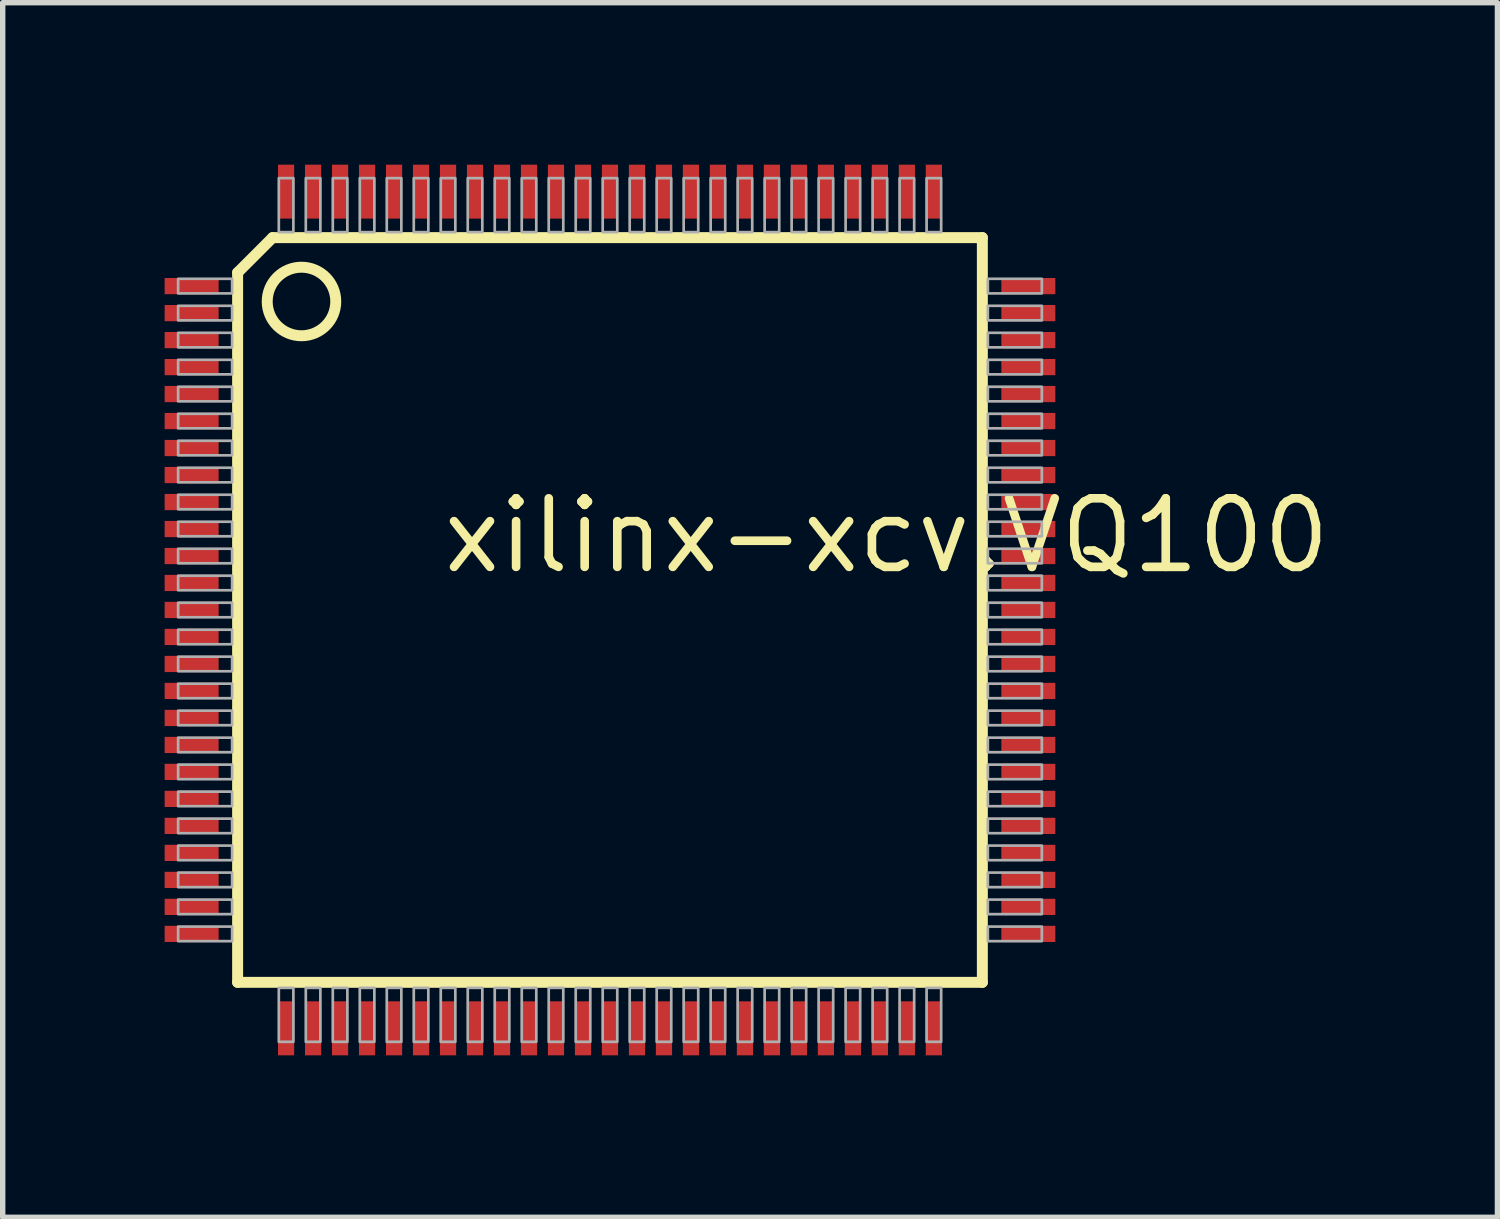
<source format=kicad_pcb>
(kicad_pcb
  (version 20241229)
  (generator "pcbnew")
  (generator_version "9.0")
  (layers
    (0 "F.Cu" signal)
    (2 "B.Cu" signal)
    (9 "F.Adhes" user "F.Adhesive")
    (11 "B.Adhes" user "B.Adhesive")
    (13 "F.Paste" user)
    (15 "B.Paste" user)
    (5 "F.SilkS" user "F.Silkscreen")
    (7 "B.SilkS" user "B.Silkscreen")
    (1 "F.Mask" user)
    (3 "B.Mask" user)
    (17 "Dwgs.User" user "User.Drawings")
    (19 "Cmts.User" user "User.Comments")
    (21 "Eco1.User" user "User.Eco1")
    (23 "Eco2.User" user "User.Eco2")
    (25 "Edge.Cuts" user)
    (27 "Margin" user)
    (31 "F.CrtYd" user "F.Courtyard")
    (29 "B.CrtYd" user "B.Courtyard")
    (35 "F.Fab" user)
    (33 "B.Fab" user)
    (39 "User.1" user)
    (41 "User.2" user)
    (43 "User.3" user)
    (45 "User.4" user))
  (footprint "xilinx-xcv.VQ100"
    (layer "F.Cu")
    (at 8.25 8.25)
    (property "Reference" "xilinx-xcv.VQ100" (at -3.175 -0.635 0) (layer "F.SilkS") (effects (font (size 1.27 1.27) (thickness 0.16)) (justify left bottom)))
    (attr smd)
    (fp_line (start -6.898 -6.25) (end -6.898 6.898) (stroke (width 0.203) (type default)) (layer "F.SilkS"))
    (fp_line (start -6.898 -6.25) (end -6.25 -6.898) (stroke (width 0.203) (type default)) (layer "F.SilkS"))
    (fp_line (start -6.898 6.898) (end 6.898 6.898) (stroke (width 0.203) (type default)) (layer "F.SilkS"))
    (fp_line (start 6.898 -6.898) (end -6.25 -6.898) (stroke (width 0.203) (type default)) (layer "F.SilkS"))
    (fp_line (start 6.898 6.898) (end 6.898 -6.898) (stroke (width 0.203) (type default)) (layer "F.SilkS"))
    (fp_circle (center -5.715 -5.715) (end -5.08 -5.715) (stroke (width 0.203) (type default)) (fill no) (layer "F.SilkS"))
    (fp_rect (start -8 -5.865) (end -7 -6.135) (stroke (width 0.05) (type default)) (fill no) (layer "F.Fab"))
    (fp_rect (start -8 -5.365) (end -7 -5.635) (stroke (width 0.05) (type default)) (fill no) (layer "F.Fab"))
    (fp_rect (start -8 -4.865) (end -7 -5.135) (stroke (width 0.05) (type default)) (fill no) (layer "F.Fab"))
    (fp_rect (start -8 -4.365) (end -7 -4.635) (stroke (width 0.05) (type default)) (fill no) (layer "F.Fab"))
    (fp_rect (start -8 -3.865) (end -7 -4.135) (stroke (width 0.05) (type default)) (fill no) (layer "F.Fab"))
    (fp_rect (start -8 -3.365) (end -7 -3.635) (stroke (width 0.05) (type default)) (fill no) (layer "F.Fab"))
    (fp_rect (start -8 -2.865) (end -7 -3.135) (stroke (width 0.05) (type default)) (fill no) (layer "F.Fab"))
    (fp_rect (start -8 -2.365) (end -7 -2.635) (stroke (width 0.05) (type default)) (fill no) (layer "F.Fab"))
    (fp_rect (start -8 -1.865) (end -7 -2.135) (stroke (width 0.05) (type default)) (fill no) (layer "F.Fab"))
    (fp_rect (start -8 -1.365) (end -7 -1.635) (stroke (width 0.05) (type default)) (fill no) (layer "F.Fab"))
    (fp_rect (start -8 -0.865) (end -7 -1.135) (stroke (width 0.05) (type default)) (fill no) (layer "F.Fab"))
    (fp_rect (start -8 -0.365) (end -7 -0.635) (stroke (width 0.05) (type default)) (fill no) (layer "F.Fab"))
    (fp_rect (start -8 0.135) (end -7 -0.135) (stroke (width 0.05) (type default)) (fill no) (layer "F.Fab"))
    (fp_rect (start -8 0.635) (end -7 0.365) (stroke (width 0.05) (type default)) (fill no) (layer "F.Fab"))
    (fp_rect (start -8 1.135) (end -7 0.865) (stroke (width 0.05) (type default)) (fill no) (layer "F.Fab"))
    (fp_rect (start -8 1.635) (end -7 1.365) (stroke (width 0.05) (type default)) (fill no) (layer "F.Fab"))
    (fp_rect (start -8 2.135) (end -7 1.865) (stroke (width 0.05) (type default)) (fill no) (layer "F.Fab"))
    (fp_rect (start -8 2.635) (end -7 2.365) (stroke (width 0.05) (type default)) (fill no) (layer "F.Fab"))
    (fp_rect (start -8 3.135) (end -7 2.865) (stroke (width 0.05) (type default)) (fill no) (layer "F.Fab"))
    (fp_rect (start -8 3.635) (end -7 3.365) (stroke (width 0.05) (type default)) (fill no) (layer "F.Fab"))
    (fp_rect (start -8 4.135) (end -7 3.865) (stroke (width 0.05) (type default)) (fill no) (layer "F.Fab"))
    (fp_rect (start -8 4.635) (end -7 4.365) (stroke (width 0.05) (type default)) (fill no) (layer "F.Fab"))
    (fp_rect (start -8 5.135) (end -7 4.865) (stroke (width 0.05) (type default)) (fill no) (layer "F.Fab"))
    (fp_rect (start -8 5.635) (end -7 5.365) (stroke (width 0.05) (type default)) (fill no) (layer "F.Fab"))
    (fp_rect (start -8 6.135) (end -7 5.865) (stroke (width 0.05) (type default)) (fill no) (layer "F.Fab"))
    (fp_rect (start -6.135 -7) (end -5.865 -8) (stroke (width 0.05) (type default)) (fill no) (layer "F.Fab"))
    (fp_rect (start -6.135 8) (end -5.865 7) (stroke (width 0.05) (type default)) (fill no) (layer "F.Fab"))
    (fp_rect (start -5.635 -7) (end -5.365 -8) (stroke (width 0.05) (type default)) (fill no) (layer "F.Fab"))
    (fp_rect (start -5.635 8) (end -5.365 7) (stroke (width 0.05) (type default)) (fill no) (layer "F.Fab"))
    (fp_rect (start -5.135 -7) (end -4.865 -8) (stroke (width 0.05) (type default)) (fill no) (layer "F.Fab"))
    (fp_rect (start -5.135 8) (end -4.865 7) (stroke (width 0.05) (type default)) (fill no) (layer "F.Fab"))
    (fp_rect (start -4.635 -7) (end -4.365 -8) (stroke (width 0.05) (type default)) (fill no) (layer "F.Fab"))
    (fp_rect (start -4.635 8) (end -4.365 7) (stroke (width 0.05) (type default)) (fill no) (layer "F.Fab"))
    (fp_rect (start -4.135 -7) (end -3.865 -8) (stroke (width 0.05) (type default)) (fill no) (layer "F.Fab"))
    (fp_rect (start -4.135 8) (end -3.865 7) (stroke (width 0.05) (type default)) (fill no) (layer "F.Fab"))
    (fp_rect (start -3.635 -7) (end -3.365 -8) (stroke (width 0.05) (type default)) (fill no) (layer "F.Fab"))
    (fp_rect (start -3.635 8) (end -3.365 7) (stroke (width 0.05) (type default)) (fill no) (layer "F.Fab"))
    (fp_rect (start -3.135 -7) (end -2.865 -8) (stroke (width 0.05) (type default)) (fill no) (layer "F.Fab"))
    (fp_rect (start -3.135 8) (end -2.865 7) (stroke (width 0.05) (type default)) (fill no) (layer "F.Fab"))
    (fp_rect (start -2.635 -7) (end -2.365 -8) (stroke (width 0.05) (type default)) (fill no) (layer "F.Fab"))
    (fp_rect (start -2.635 8) (end -2.365 7) (stroke (width 0.05) (type default)) (fill no) (layer "F.Fab"))
    (fp_rect (start -2.135 -7) (end -1.865 -8) (stroke (width 0.05) (type default)) (fill no) (layer "F.Fab"))
    (fp_rect (start -2.135 8) (end -1.865 7) (stroke (width 0.05) (type default)) (fill no) (layer "F.Fab"))
    (fp_rect (start -1.635 -7) (end -1.365 -8) (stroke (width 0.05) (type default)) (fill no) (layer "F.Fab"))
    (fp_rect (start -1.635 8) (end -1.365 7) (stroke (width 0.05) (type default)) (fill no) (layer "F.Fab"))
    (fp_rect (start -1.135 -7) (end -0.865 -8) (stroke (width 0.05) (type default)) (fill no) (layer "F.Fab"))
    (fp_rect (start -1.135 8) (end -0.865 7) (stroke (width 0.05) (type default)) (fill no) (layer "F.Fab"))
    (fp_rect (start -0.635 -7) (end -0.365 -8) (stroke (width 0.05) (type default)) (fill no) (layer "F.Fab"))
    (fp_rect (start -0.635 8) (end -0.365 7) (stroke (width 0.05) (type default)) (fill no) (layer "F.Fab"))
    (fp_rect (start -0.135 -7) (end 0.135 -8) (stroke (width 0.05) (type default)) (fill no) (layer "F.Fab"))
    (fp_rect (start -0.135 8) (end 0.135 7) (stroke (width 0.05) (type default)) (fill no) (layer "F.Fab"))
    (fp_rect (start 0.365 -7) (end 0.635 -8) (stroke (width 0.05) (type default)) (fill no) (layer "F.Fab"))
    (fp_rect (start 0.365 8) (end 0.635 7) (stroke (width 0.05) (type default)) (fill no) (layer "F.Fab"))
    (fp_rect (start 0.865 -7) (end 1.135 -8) (stroke (width 0.05) (type default)) (fill no) (layer "F.Fab"))
    (fp_rect (start 0.865 8) (end 1.135 7) (stroke (width 0.05) (type default)) (fill no) (layer "F.Fab"))
    (fp_rect (start 1.365 -7) (end 1.635 -8) (stroke (width 0.05) (type default)) (fill no) (layer "F.Fab"))
    (fp_rect (start 1.365 8) (end 1.635 7) (stroke (width 0.05) (type default)) (fill no) (layer "F.Fab"))
    (fp_rect (start 1.865 -7) (end 2.135 -8) (stroke (width 0.05) (type default)) (fill no) (layer "F.Fab"))
    (fp_rect (start 1.865 8) (end 2.135 7) (stroke (width 0.05) (type default)) (fill no) (layer "F.Fab"))
    (fp_rect (start 2.365 -7) (end 2.635 -8) (stroke (width 0.05) (type default)) (fill no) (layer "F.Fab"))
    (fp_rect (start 2.365 8) (end 2.635 7) (stroke (width 0.05) (type default)) (fill no) (layer "F.Fab"))
    (fp_rect (start 2.865 -7) (end 3.135 -8) (stroke (width 0.05) (type default)) (fill no) (layer "F.Fab"))
    (fp_rect (start 2.865 8) (end 3.135 7) (stroke (width 0.05) (type default)) (fill no) (layer "F.Fab"))
    (fp_rect (start 3.365 -7) (end 3.635 -8) (stroke (width 0.05) (type default)) (fill no) (layer "F.Fab"))
    (fp_rect (start 3.365 8) (end 3.635 7) (stroke (width 0.05) (type default)) (fill no) (layer "F.Fab"))
    (fp_rect (start 3.865 -7) (end 4.135 -8) (stroke (width 0.05) (type default)) (fill no) (layer "F.Fab"))
    (fp_rect (start 3.865 8) (end 4.135 7) (stroke (width 0.05) (type default)) (fill no) (layer "F.Fab"))
    (fp_rect (start 4.365 -7) (end 4.635 -8) (stroke (width 0.05) (type default)) (fill no) (layer "F.Fab"))
    (fp_rect (start 4.365 8) (end 4.635 7) (stroke (width 0.05) (type default)) (fill no) (layer "F.Fab"))
    (fp_rect (start 4.865 -7) (end 5.135 -8) (stroke (width 0.05) (type default)) (fill no) (layer "F.Fab"))
    (fp_rect (start 4.865 8) (end 5.135 7) (stroke (width 0.05) (type default)) (fill no) (layer "F.Fab"))
    (fp_rect (start 5.365 -7) (end 5.635 -8) (stroke (width 0.05) (type default)) (fill no) (layer "F.Fab"))
    (fp_rect (start 5.365 8) (end 5.635 7) (stroke (width 0.05) (type default)) (fill no) (layer "F.Fab"))
    (fp_rect (start 5.865 -7) (end 6.135 -8) (stroke (width 0.05) (type default)) (fill no) (layer "F.Fab"))
    (fp_rect (start 5.865 8) (end 6.135 7) (stroke (width 0.05) (type default)) (fill no) (layer "F.Fab"))
    (fp_rect (start 7 -5.865) (end 8 -6.135) (stroke (width 0.05) (type default)) (fill no) (layer "F.Fab"))
    (fp_rect (start 7 -5.365) (end 8 -5.635) (stroke (width 0.05) (type default)) (fill no) (layer "F.Fab"))
    (fp_rect (start 7 -4.865) (end 8 -5.135) (stroke (width 0.05) (type default)) (fill no) (layer "F.Fab"))
    (fp_rect (start 7 -4.365) (end 8 -4.635) (stroke (width 0.05) (type default)) (fill no) (layer "F.Fab"))
    (fp_rect (start 7 -3.865) (end 8 -4.135) (stroke (width 0.05) (type default)) (fill no) (layer "F.Fab"))
    (fp_rect (start 7 -3.365) (end 8 -3.635) (stroke (width 0.05) (type default)) (fill no) (layer "F.Fab"))
    (fp_rect (start 7 -2.865) (end 8 -3.135) (stroke (width 0.05) (type default)) (fill no) (layer "F.Fab"))
    (fp_rect (start 7 -2.365) (end 8 -2.635) (stroke (width 0.05) (type default)) (fill no) (layer "F.Fab"))
    (fp_rect (start 7 -1.865) (end 8 -2.135) (stroke (width 0.05) (type default)) (fill no) (layer "F.Fab"))
    (fp_rect (start 7 -1.365) (end 8 -1.635) (stroke (width 0.05) (type default)) (fill no) (layer "F.Fab"))
    (fp_rect (start 7 -0.865) (end 8 -1.135) (stroke (width 0.05) (type default)) (fill no) (layer "F.Fab"))
    (fp_rect (start 7 -0.365) (end 8 -0.635) (stroke (width 0.05) (type default)) (fill no) (layer "F.Fab"))
    (fp_rect (start 7 0.135) (end 8 -0.135) (stroke (width 0.05) (type default)) (fill no) (layer "F.Fab"))
    (fp_rect (start 7 0.635) (end 8 0.365) (stroke (width 0.05) (type default)) (fill no) (layer "F.Fab"))
    (fp_rect (start 7 1.135) (end 8 0.865) (stroke (width 0.05) (type default)) (fill no) (layer "F.Fab"))
    (fp_rect (start 7 1.635) (end 8 1.365) (stroke (width 0.05) (type default)) (fill no) (layer "F.Fab"))
    (fp_rect (start 7 2.135) (end 8 1.865) (stroke (width 0.05) (type default)) (fill no) (layer "F.Fab"))
    (fp_rect (start 7 2.635) (end 8 2.365) (stroke (width 0.05) (type default)) (fill no) (layer "F.Fab"))
    (fp_rect (start 7 3.135) (end 8 2.865) (stroke (width 0.05) (type default)) (fill no) (layer "F.Fab"))
    (fp_rect (start 7 3.635) (end 8 3.365) (stroke (width 0.05) (type default)) (fill no) (layer "F.Fab"))
    (fp_rect (start 7 4.135) (end 8 3.865) (stroke (width 0.05) (type default)) (fill no) (layer "F.Fab"))
    (fp_rect (start 7 4.635) (end 8 4.365) (stroke (width 0.05) (type default)) (fill no) (layer "F.Fab"))
    (fp_rect (start 7 5.135) (end 8 4.865) (stroke (width 0.05) (type default)) (fill no) (layer "F.Fab"))
    (fp_rect (start 7 5.635) (end 8 5.365) (stroke (width 0.05) (type default)) (fill no) (layer "F.Fab"))
    (fp_rect (start 7 6.135) (end 8 5.865) (stroke (width 0.05) (type default)) (fill no) (layer "F.Fab"))
    (pad "1" smd roundrect (at -7.75 -6) (size 1 0.3) (layers "F.Cu" "F.Mask" "F.Paste") (roundrect_rratio 0.01))
    (pad "2" smd roundrect (at -7.75 -5.5) (size 1 0.3) (layers "F.Cu" "F.Mask" "F.Paste") (roundrect_rratio 0.01))
    (pad "3" smd roundrect (at -7.75 -5) (size 1 0.3) (layers "F.Cu" "F.Mask" "F.Paste") (roundrect_rratio 0.01))
    (pad "4" smd roundrect (at -7.75 -4.5) (size 1 0.3) (layers "F.Cu" "F.Mask" "F.Paste") (roundrect_rratio 0.01))
    (pad "5" smd roundrect (at -7.75 -4) (size 1 0.3) (layers "F.Cu" "F.Mask" "F.Paste") (roundrect_rratio 0.01))
    (pad "6" smd roundrect (at -7.75 -3.5) (size 1 0.3) (layers "F.Cu" "F.Mask" "F.Paste") (roundrect_rratio 0.01))
    (pad "7" smd roundrect (at -7.75 -3) (size 1 0.3) (layers "F.Cu" "F.Mask" "F.Paste") (roundrect_rratio 0.01))
    (pad "8" smd roundrect (at -7.75 -2.5) (size 1 0.3) (layers "F.Cu" "F.Mask" "F.Paste") (roundrect_rratio 0.01))
    (pad "9" smd roundrect (at -7.75 -2) (size 1 0.3) (layers "F.Cu" "F.Mask" "F.Paste") (roundrect_rratio 0.01))
    (pad "10" smd roundrect (at -7.75 -1.5) (size 1 0.3) (layers "F.Cu" "F.Mask" "F.Paste") (roundrect_rratio 0.01))
    (pad "11" smd roundrect (at -7.75 -1) (size 1 0.3) (layers "F.Cu" "F.Mask" "F.Paste") (roundrect_rratio 0.01))
    (pad "12" smd roundrect (at -7.75 -0.5) (size 1 0.3) (layers "F.Cu" "F.Mask" "F.Paste") (roundrect_rratio 0.01))
    (pad "13" smd roundrect (at -7.75 0) (size 1 0.3) (layers "F.Cu" "F.Mask" "F.Paste") (roundrect_rratio 0.01))
    (pad "14" smd roundrect (at -7.75 0.5) (size 1 0.3) (layers "F.Cu" "F.Mask" "F.Paste") (roundrect_rratio 0.01))
    (pad "15" smd roundrect (at -7.75 1) (size 1 0.3) (layers "F.Cu" "F.Mask" "F.Paste") (roundrect_rratio 0.01))
    (pad "16" smd roundrect (at -7.75 1.5) (size 1 0.3) (layers "F.Cu" "F.Mask" "F.Paste") (roundrect_rratio 0.01))
    (pad "17" smd roundrect (at -7.75 2) (size 1 0.3) (layers "F.Cu" "F.Mask" "F.Paste") (roundrect_rratio 0.01))
    (pad "18" smd roundrect (at -7.75 2.5) (size 1 0.3) (layers "F.Cu" "F.Mask" "F.Paste") (roundrect_rratio 0.01))
    (pad "19" smd roundrect (at -7.75 3) (size 1 0.3) (layers "F.Cu" "F.Mask" "F.Paste") (roundrect_rratio 0.01))
    (pad "20" smd roundrect (at -7.75 3.5) (size 1 0.3) (layers "F.Cu" "F.Mask" "F.Paste") (roundrect_rratio 0.01))
    (pad "21" smd roundrect (at -7.75 4) (size 1 0.3) (layers "F.Cu" "F.Mask" "F.Paste") (roundrect_rratio 0.01))
    (pad "22" smd roundrect (at -7.75 4.5) (size 1 0.3) (layers "F.Cu" "F.Mask" "F.Paste") (roundrect_rratio 0.01))
    (pad "23" smd roundrect (at -7.75 5) (size 1 0.3) (layers "F.Cu" "F.Mask" "F.Paste") (roundrect_rratio 0.01))
    (pad "24" smd roundrect (at -7.75 5.5) (size 1 0.3) (layers "F.Cu" "F.Mask" "F.Paste") (roundrect_rratio 0.01))
    (pad "25" smd roundrect (at -7.75 6) (size 1 0.3) (layers "F.Cu" "F.Mask" "F.Paste") (roundrect_rratio 0.01))
    (pad "26" smd roundrect (at -6 7.75) (size 0.3 1) (layers "F.Cu" "F.Mask" "F.Paste") (roundrect_rratio 0.01))
    (pad "27" smd roundrect (at -5.5 7.75) (size 0.3 1) (layers "F.Cu" "F.Mask" "F.Paste") (roundrect_rratio 0.01))
    (pad "28" smd roundrect (at -5 7.75) (size 0.3 1) (layers "F.Cu" "F.Mask" "F.Paste") (roundrect_rratio 0.01))
    (pad "29" smd roundrect (at -4.5 7.75) (size 0.3 1) (layers "F.Cu" "F.Mask" "F.Paste") (roundrect_rratio 0.01))
    (pad "30" smd roundrect (at -4 7.75) (size 0.3 1) (layers "F.Cu" "F.Mask" "F.Paste") (roundrect_rratio 0.01))
    (pad "31" smd roundrect (at -3.5 7.75) (size 0.3 1) (layers "F.Cu" "F.Mask" "F.Paste") (roundrect_rratio 0.01))
    (pad "32" smd roundrect (at -3 7.75) (size 0.3 1) (layers "F.Cu" "F.Mask" "F.Paste") (roundrect_rratio 0.01))
    (pad "33" smd roundrect (at -2.5 7.75) (size 0.3 1) (layers "F.Cu" "F.Mask" "F.Paste") (roundrect_rratio 0.01))
    (pad "34" smd roundrect (at -2 7.75) (size 0.3 1) (layers "F.Cu" "F.Mask" "F.Paste") (roundrect_rratio 0.01))
    (pad "35" smd roundrect (at -1.5 7.75) (size 0.3 1) (layers "F.Cu" "F.Mask" "F.Paste") (roundrect_rratio 0.01))
    (pad "36" smd roundrect (at -1 7.75) (size 0.3 1) (layers "F.Cu" "F.Mask" "F.Paste") (roundrect_rratio 0.01))
    (pad "37" smd roundrect (at -0.5 7.75) (size 0.3 1) (layers "F.Cu" "F.Mask" "F.Paste") (roundrect_rratio 0.01))
    (pad "38" smd roundrect (at 0 7.75) (size 0.3 1) (layers "F.Cu" "F.Mask" "F.Paste") (roundrect_rratio 0.01))
    (pad "39" smd roundrect (at 0.5 7.75) (size 0.3 1) (layers "F.Cu" "F.Mask" "F.Paste") (roundrect_rratio 0.01))
    (pad "40" smd roundrect (at 1 7.75) (size 0.3 1) (layers "F.Cu" "F.Mask" "F.Paste") (roundrect_rratio 0.01))
    (pad "41" smd roundrect (at 1.5 7.75) (size 0.3 1) (layers "F.Cu" "F.Mask" "F.Paste") (roundrect_rratio 0.01))
    (pad "42" smd roundrect (at 2 7.75) (size 0.3 1) (layers "F.Cu" "F.Mask" "F.Paste") (roundrect_rratio 0.01))
    (pad "43" smd roundrect (at 2.5 7.75) (size 0.3 1) (layers "F.Cu" "F.Mask" "F.Paste") (roundrect_rratio 0.01))
    (pad "44" smd roundrect (at 3 7.75) (size 0.3 1) (layers "F.Cu" "F.Mask" "F.Paste") (roundrect_rratio 0.01))
    (pad "45" smd roundrect (at 3.5 7.75) (size 0.3 1) (layers "F.Cu" "F.Mask" "F.Paste") (roundrect_rratio 0.01))
    (pad "46" smd roundrect (at 4 7.75) (size 0.3 1) (layers "F.Cu" "F.Mask" "F.Paste") (roundrect_rratio 0.01))
    (pad "47" smd roundrect (at 4.5 7.75) (size 0.3 1) (layers "F.Cu" "F.Mask" "F.Paste") (roundrect_rratio 0.01))
    (pad "48" smd roundrect (at 5 7.75) (size 0.3 1) (layers "F.Cu" "F.Mask" "F.Paste") (roundrect_rratio 0.01))
    (pad "49" smd roundrect (at 5.5 7.75) (size 0.3 1) (layers "F.Cu" "F.Mask" "F.Paste") (roundrect_rratio 0.01))
    (pad "50" smd roundrect (at 6 7.75) (size 0.3 1) (layers "F.Cu" "F.Mask" "F.Paste") (roundrect_rratio 0.01))
    (pad "51" smd roundrect (at 7.75 6) (size 1 0.3) (layers "F.Cu" "F.Mask" "F.Paste") (roundrect_rratio 0.01))
    (pad "52" smd roundrect (at 7.75 5.5) (size 1 0.3) (layers "F.Cu" "F.Mask" "F.Paste") (roundrect_rratio 0.01))
    (pad "53" smd roundrect (at 7.75 5) (size 1 0.3) (layers "F.Cu" "F.Mask" "F.Paste") (roundrect_rratio 0.01))
    (pad "54" smd roundrect (at 7.75 4.5) (size 1 0.3) (layers "F.Cu" "F.Mask" "F.Paste") (roundrect_rratio 0.01))
    (pad "55" smd roundrect (at 7.75 4) (size 1 0.3) (layers "F.Cu" "F.Mask" "F.Paste") (roundrect_rratio 0.01))
    (pad "56" smd roundrect (at 7.75 3.5) (size 1 0.3) (layers "F.Cu" "F.Mask" "F.Paste") (roundrect_rratio 0.01))
    (pad "57" smd roundrect (at 7.75 3) (size 1 0.3) (layers "F.Cu" "F.Mask" "F.Paste") (roundrect_rratio 0.01))
    (pad "58" smd roundrect (at 7.75 2.5) (size 1 0.3) (layers "F.Cu" "F.Mask" "F.Paste") (roundrect_rratio 0.01))
    (pad "59" smd roundrect (at 7.75 2) (size 1 0.3) (layers "F.Cu" "F.Mask" "F.Paste") (roundrect_rratio 0.01))
    (pad "60" smd roundrect (at 7.75 1.5) (size 1 0.3) (layers "F.Cu" "F.Mask" "F.Paste") (roundrect_rratio 0.01))
    (pad "61" smd roundrect (at 7.75 1) (size 1 0.3) (layers "F.Cu" "F.Mask" "F.Paste") (roundrect_rratio 0.01))
    (pad "62" smd roundrect (at 7.75 0.5) (size 1 0.3) (layers "F.Cu" "F.Mask" "F.Paste") (roundrect_rratio 0.01))
    (pad "63" smd roundrect (at 7.75 0) (size 1 0.3) (layers "F.Cu" "F.Mask" "F.Paste") (roundrect_rratio 0.01))
    (pad "64" smd roundrect (at 7.75 -0.5) (size 1 0.3) (layers "F.Cu" "F.Mask" "F.Paste") (roundrect_rratio 0.01))
    (pad "65" smd roundrect (at 7.75 -1) (size 1 0.3) (layers "F.Cu" "F.Mask" "F.Paste") (roundrect_rratio 0.01))
    (pad "66" smd roundrect (at 7.75 -1.5) (size 1 0.3) (layers "F.Cu" "F.Mask" "F.Paste") (roundrect_rratio 0.01))
    (pad "67" smd roundrect (at 7.75 -2) (size 1 0.3) (layers "F.Cu" "F.Mask" "F.Paste") (roundrect_rratio 0.01))
    (pad "68" smd roundrect (at 7.75 -2.5) (size 1 0.3) (layers "F.Cu" "F.Mask" "F.Paste") (roundrect_rratio 0.01))
    (pad "69" smd roundrect (at 7.75 -3) (size 1 0.3) (layers "F.Cu" "F.Mask" "F.Paste") (roundrect_rratio 0.01))
    (pad "70" smd roundrect (at 7.75 -3.5) (size 1 0.3) (layers "F.Cu" "F.Mask" "F.Paste") (roundrect_rratio 0.01))
    (pad "71" smd roundrect (at 7.75 -4) (size 1 0.3) (layers "F.Cu" "F.Mask" "F.Paste") (roundrect_rratio 0.01))
    (pad "72" smd roundrect (at 7.75 -4.5) (size 1 0.3) (layers "F.Cu" "F.Mask" "F.Paste") (roundrect_rratio 0.01))
    (pad "73" smd roundrect (at 7.75 -5) (size 1 0.3) (layers "F.Cu" "F.Mask" "F.Paste") (roundrect_rratio 0.01))
    (pad "74" smd roundrect (at 7.75 -5.5) (size 1 0.3) (layers "F.Cu" "F.Mask" "F.Paste") (roundrect_rratio 0.01))
    (pad "75" smd roundrect (at 7.75 -6) (size 1 0.3) (layers "F.Cu" "F.Mask" "F.Paste") (roundrect_rratio 0.01))
    (pad "76" smd roundrect (at 6 -7.75) (size 0.3 1) (layers "F.Cu" "F.Mask" "F.Paste") (roundrect_rratio 0.01))
    (pad "77" smd roundrect (at 5.5 -7.75) (size 0.3 1) (layers "F.Cu" "F.Mask" "F.Paste") (roundrect_rratio 0.01))
    (pad "78" smd roundrect (at 5 -7.75) (size 0.3 1) (layers "F.Cu" "F.Mask" "F.Paste") (roundrect_rratio 0.01))
    (pad "79" smd roundrect (at 4.5 -7.75) (size 0.3 1) (layers "F.Cu" "F.Mask" "F.Paste") (roundrect_rratio 0.01))
    (pad "80" smd roundrect (at 4 -7.75) (size 0.3 1) (layers "F.Cu" "F.Mask" "F.Paste") (roundrect_rratio 0.01))
    (pad "81" smd roundrect (at 3.5 -7.75) (size 0.3 1) (layers "F.Cu" "F.Mask" "F.Paste") (roundrect_rratio 0.01))
    (pad "82" smd roundrect (at 3 -7.75) (size 0.3 1) (layers "F.Cu" "F.Mask" "F.Paste") (roundrect_rratio 0.01))
    (pad "83" smd roundrect (at 2.5 -7.75) (size 0.3 1) (layers "F.Cu" "F.Mask" "F.Paste") (roundrect_rratio 0.01))
    (pad "84" smd roundrect (at 2 -7.75) (size 0.3 1) (layers "F.Cu" "F.Mask" "F.Paste") (roundrect_rratio 0.01))
    (pad "85" smd roundrect (at 1.5 -7.75) (size 0.3 1) (layers "F.Cu" "F.Mask" "F.Paste") (roundrect_rratio 0.01))
    (pad "86" smd roundrect (at 1 -7.75) (size 0.3 1) (layers "F.Cu" "F.Mask" "F.Paste") (roundrect_rratio 0.01))
    (pad "87" smd roundrect (at 0.5 -7.75) (size 0.3 1) (layers "F.Cu" "F.Mask" "F.Paste") (roundrect_rratio 0.01))
    (pad "88" smd roundrect (at 0 -7.75) (size 0.3 1) (layers "F.Cu" "F.Mask" "F.Paste") (roundrect_rratio 0.01))
    (pad "89" smd roundrect (at -0.5 -7.75) (size 0.3 1) (layers "F.Cu" "F.Mask" "F.Paste") (roundrect_rratio 0.01))
    (pad "90" smd roundrect (at -1 -7.75) (size 0.3 1) (layers "F.Cu" "F.Mask" "F.Paste") (roundrect_rratio 0.01))
    (pad "91" smd roundrect (at -1.5 -7.75) (size 0.3 1) (layers "F.Cu" "F.Mask" "F.Paste") (roundrect_rratio 0.01))
    (pad "92" smd roundrect (at -2 -7.75) (size 0.3 1) (layers "F.Cu" "F.Mask" "F.Paste") (roundrect_rratio 0.01))
    (pad "93" smd roundrect (at -2.5 -7.75) (size 0.3 1) (layers "F.Cu" "F.Mask" "F.Paste") (roundrect_rratio 0.01))
    (pad "94" smd roundrect (at -3 -7.75) (size 0.3 1) (layers "F.Cu" "F.Mask" "F.Paste") (roundrect_rratio 0.01))
    (pad "95" smd roundrect (at -3.5 -7.75) (size 0.3 1) (layers "F.Cu" "F.Mask" "F.Paste") (roundrect_rratio 0.01))
    (pad "96" smd roundrect (at -4 -7.75) (size 0.3 1) (layers "F.Cu" "F.Mask" "F.Paste") (roundrect_rratio 0.01))
    (pad "97" smd roundrect (at -4.5 -7.75) (size 0.3 1) (layers "F.Cu" "F.Mask" "F.Paste") (roundrect_rratio 0.01))
    (pad "98" smd roundrect (at -5 -7.75) (size 0.3 1) (layers "F.Cu" "F.Mask" "F.Paste") (roundrect_rratio 0.01))
    (pad "99" smd roundrect (at -5.5 -7.75) (size 0.3 1) (layers "F.Cu" "F.Mask" "F.Paste") (roundrect_rratio 0.01))
    (pad "100" smd roundrect (at -6 -7.75) (size 0.3 1) (layers "F.Cu" "F.Mask" "F.Paste") (roundrect_rratio 0.01)))
  (gr_rect
    (start -3 -3)
    (end 24.69 19.5)
    (stroke (width 0.1) (type default))
    (fill no)
    (layer "Edge.Cuts")))
</source>
